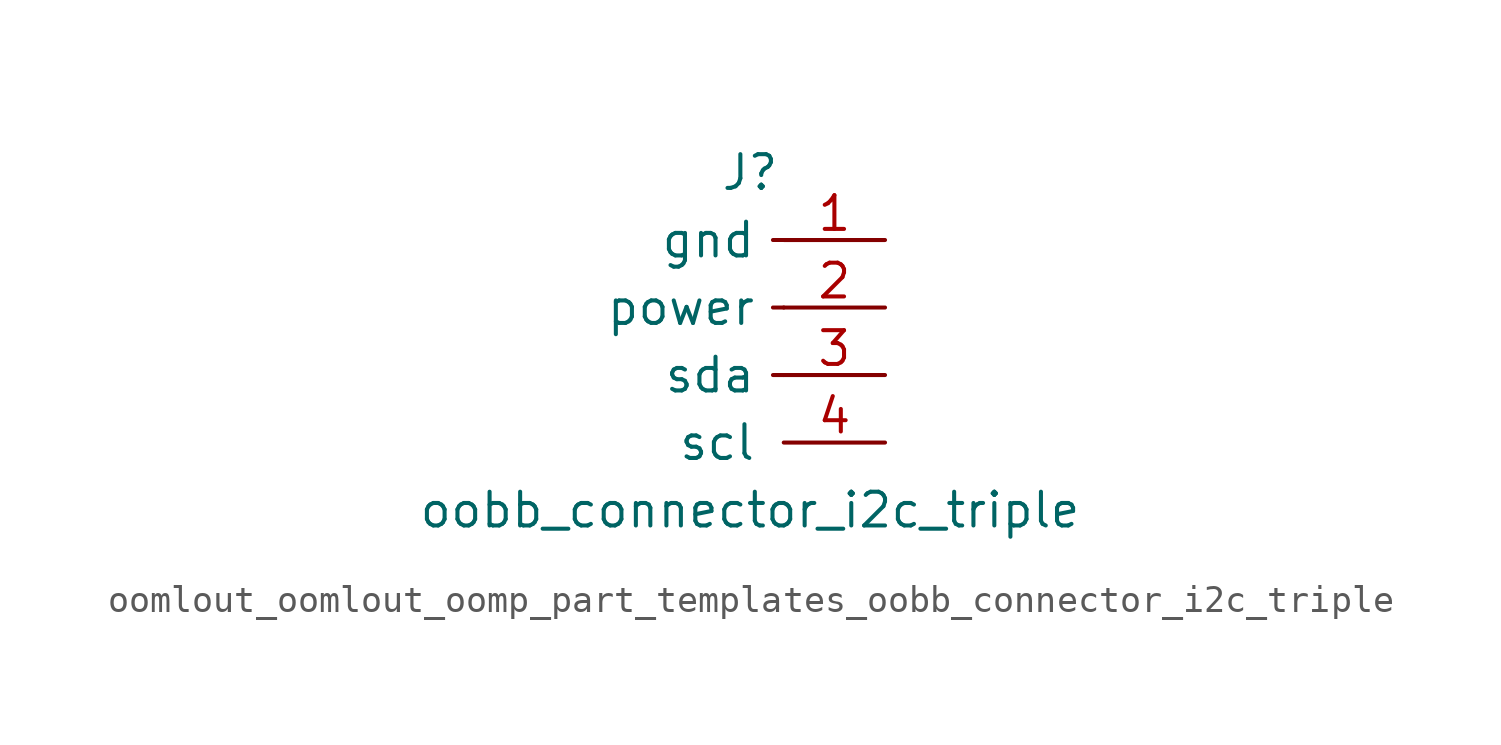
<source format=kicad_sym>
(kicad_symbol_lib
  (version 20220914)
  (generator kicad_symbol_editor)
  (symbol "oomlout_oomlout_oomp_part_templates_oobb_connector_i2c_triple"
    (pin_names
      (offset 1.016))
    (property "Reference" "J"
      (at 0 5.08 0)
      (effects (font (size 1.27 1.27))))
    (property "Value" "oobb_connector_i2c_triple"
      (at 0 -7.62 0)
      (effects (font (size 1.27 1.27))))
    (symbol "oomlout_oomlout_oomp_part_templates_oobb_connector_i2c_triple_0_0"
      (text "" (at 2.54 -2.54 0) (effects (font (size 1.27 1.27)))))
    (symbol "oomlout_oomlout_oomp_part_templates_oobb_connector_i2c_triple_1_1"
      (polyline (pts (xy 1.27 -2.54) (xy 0.864 -2.54)) (stroke (width 0.152) (type default)) (fill (type none)))
      (polyline (pts (xy 1.27 0) (xy 0.864 0)) (stroke (width 0.152) (type default)) (fill (type none)))
      (polyline (pts (xy 1.27 2.54) (xy 0.864 2.54)) (stroke (width 0.152) (type default)) (fill (type none)))
      (pin passive line (at 5.08 2.54 180) (length 3.81) (name "gnd" (effects (font (size 1.27 1.27)))) (number "1" (effects (font (size 1.27 1.27)))))
      (pin passive line (at 5.08 0 180) (length 3.81) (name "power" (effects (font (size 1.27 1.27)))) (number "2" (effects (font (size 1.27 1.27)))))
      (pin passive line (at 5.08 -2.54 180) (length 3.81) (name "sda" (effects (font (size 1.27 1.27)))) (number "3" (effects (font (size 1.27 1.27)))))
      (pin passive line (at 5.08 -5.08 180) (length 3.81) (name "scl" (effects (font (size 1.27 1.27)))) (number "4" (effects (font (size 1.27 1.27))))))))
</source>
